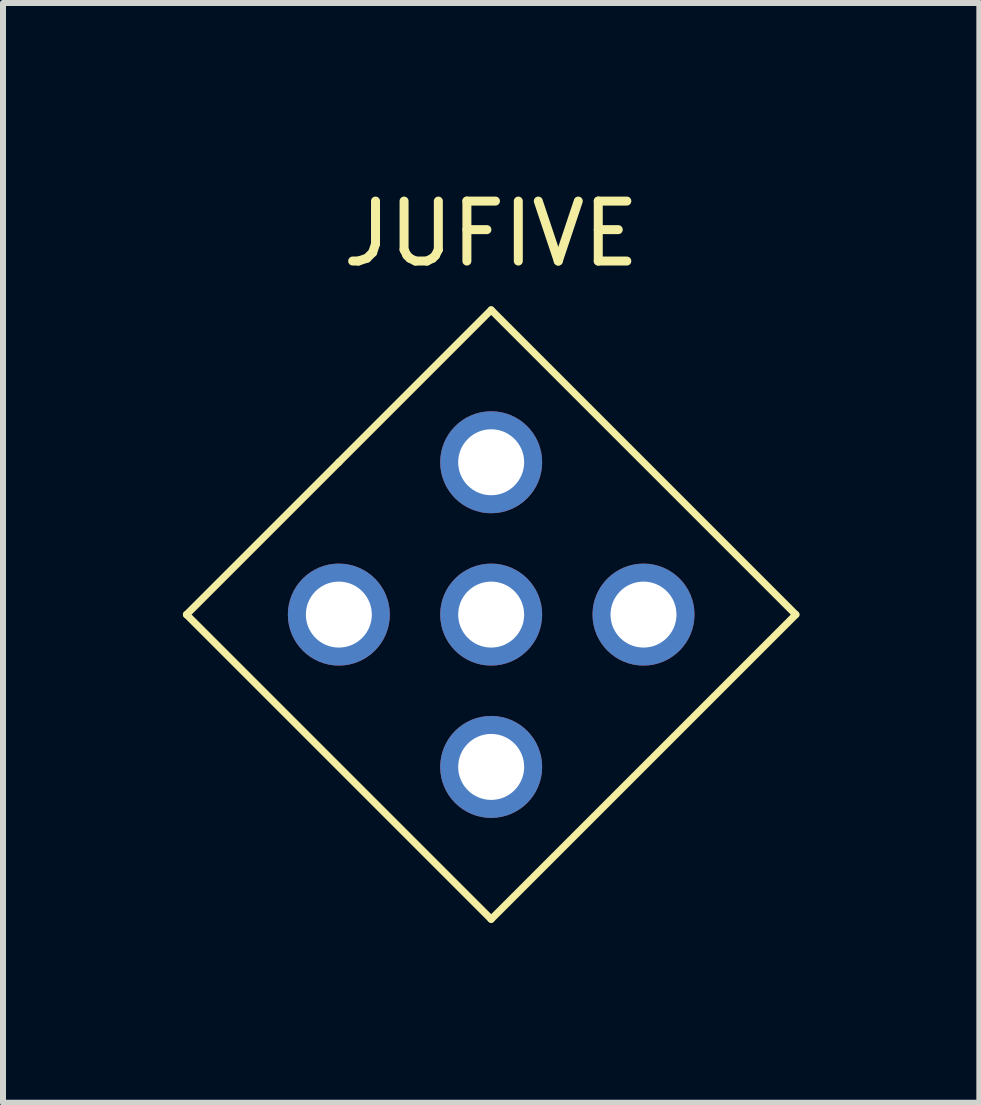
<source format=kicad_pcb>
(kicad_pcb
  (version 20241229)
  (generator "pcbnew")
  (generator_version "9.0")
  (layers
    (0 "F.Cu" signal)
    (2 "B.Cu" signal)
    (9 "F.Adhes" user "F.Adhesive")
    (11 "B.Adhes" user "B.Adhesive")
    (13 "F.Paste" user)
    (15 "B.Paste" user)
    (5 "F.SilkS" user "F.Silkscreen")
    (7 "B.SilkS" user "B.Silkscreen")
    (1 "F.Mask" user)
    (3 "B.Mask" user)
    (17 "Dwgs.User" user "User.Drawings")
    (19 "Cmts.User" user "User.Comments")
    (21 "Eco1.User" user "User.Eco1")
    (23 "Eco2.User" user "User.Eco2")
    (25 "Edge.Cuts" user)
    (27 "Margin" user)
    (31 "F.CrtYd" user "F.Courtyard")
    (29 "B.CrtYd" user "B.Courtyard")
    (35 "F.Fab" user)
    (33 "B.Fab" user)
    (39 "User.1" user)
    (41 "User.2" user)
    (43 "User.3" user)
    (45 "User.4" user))
  (footprint "JUFIVE"
    (layer "F.Cu")
    (at 5.14 7.198)
    (property "Reference" "JUFIVE" (at 0 -6.35 0) (layer "F.SilkS") (effects (font (size 1 1) (thickness 0.15))))
    (attr through_hole)
    (fp_line (start -5.08 0) (end -2.54 -2.54) (stroke (width 0.12) (type solid)) (layer "F.SilkS"))
    (fp_line (start -2.54 -2.54) (end 0 -5.08) (stroke (width 0.12) (type solid)) (layer "F.SilkS"))
    (fp_line (start 0 -5.08) (end 5.08 0) (stroke (width 0.12) (type solid)) (layer "F.SilkS"))
    (fp_line (start 0 5.08) (end -5.08 0) (stroke (width 0.12) (type solid)) (layer "F.SilkS"))
    (fp_line (start 5.08 0) (end 0 5.08) (stroke (width 0.12) (type solid)) (layer "F.SilkS"))
    (pad "1" thru_hole circle (at 0 0) (size 1.7 1.7) (drill 1.1) (layers "*.Cu" "*.Mask"))
    (pad "2" thru_hole circle (at 2.54 0) (size 1.7 1.7) (drill 1.1) (layers "*.Cu" "*.Mask"))
    (pad "3" thru_hole circle (at 0 -2.54) (size 1.7 1.7) (drill 1.1) (layers "*.Cu" "*.Mask"))
    (pad "4" thru_hole circle (at -2.54 0) (size 1.7 1.7) (drill 1.1) (layers "*.Cu" "*.Mask"))
    (pad "5" thru_hole circle (at 0 2.54) (size 1.7 1.7) (drill 1.1) (layers "*.Cu" "*.Mask")))
  (gr_rect
    (start -3 -3)
    (end 13.28 15.338)
    (stroke (width 0.1) (type default))
    (fill no)
    (layer "Edge.Cuts")))
</source>
